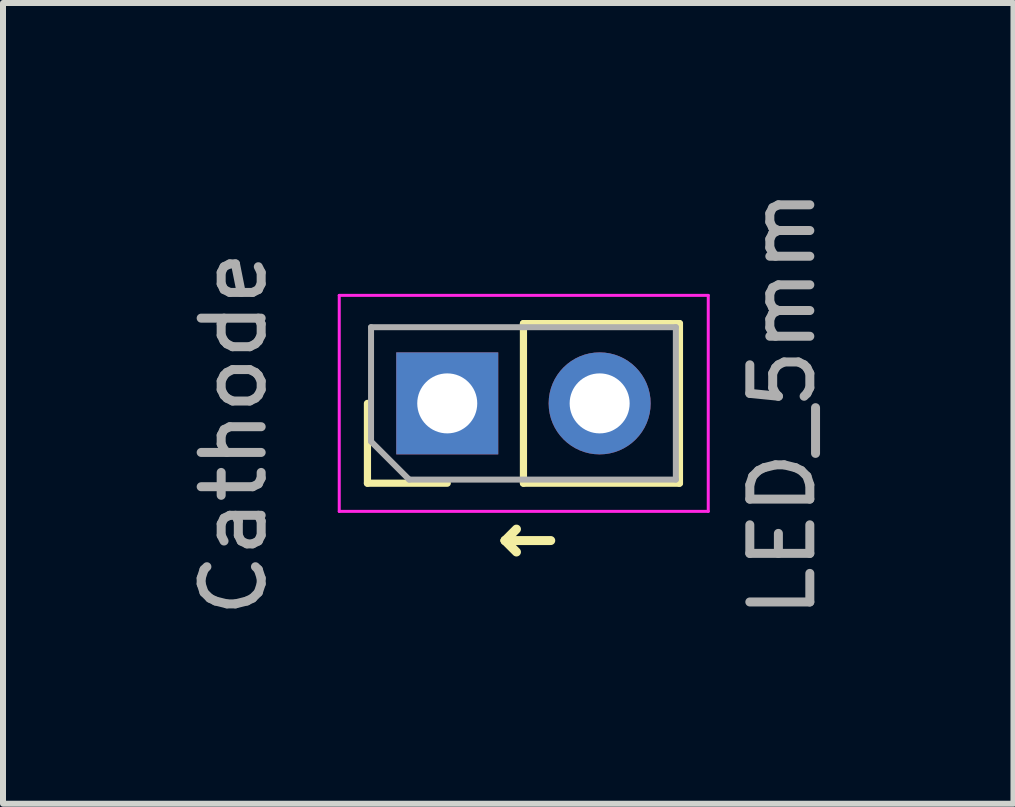
<source format=kicad_pcb>
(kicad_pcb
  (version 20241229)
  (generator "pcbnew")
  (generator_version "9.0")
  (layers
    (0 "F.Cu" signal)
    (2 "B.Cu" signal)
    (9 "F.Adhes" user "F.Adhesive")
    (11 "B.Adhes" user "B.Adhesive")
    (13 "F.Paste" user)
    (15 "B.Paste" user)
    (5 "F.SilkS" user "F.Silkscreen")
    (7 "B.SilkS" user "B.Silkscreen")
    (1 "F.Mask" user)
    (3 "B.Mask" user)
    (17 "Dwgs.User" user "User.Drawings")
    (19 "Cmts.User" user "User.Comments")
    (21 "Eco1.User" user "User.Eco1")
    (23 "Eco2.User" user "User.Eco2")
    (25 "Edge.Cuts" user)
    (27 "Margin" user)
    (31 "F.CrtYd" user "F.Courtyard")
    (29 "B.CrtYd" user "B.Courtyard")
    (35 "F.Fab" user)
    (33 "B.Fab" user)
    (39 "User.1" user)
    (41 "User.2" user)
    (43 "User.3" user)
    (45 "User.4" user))
  (footprint "LED_5mm"
    (layer "F.Cu")
    (at 5.674 3.673)
    (property "Reference" "LED_5mm" (at 4.318 0 90) (layer "F.Fab") (effects (font (size 1 1) (thickness 0.15))))
    (attr through_hole)
    (fp_line (start -2.6 1.33) (end -2.6 0) (stroke (width 0.12) (type solid)) (layer "F.SilkS"))
    (fp_line (start -1.27 1.33) (end -2.6 1.33) (stroke (width 0.12) (type solid)) (layer "F.SilkS"))
    (fp_line (start 0 -1.33) (end 2.6 -1.33) (stroke (width 0.12) (type solid)) (layer "F.SilkS"))
    (fp_line (start 0 1.33) (end 0 -1.33) (stroke (width 0.12) (type solid)) (layer "F.SilkS"))
    (fp_line (start 0 1.33) (end 2.6 1.33) (stroke (width 0.12) (type solid)) (layer "F.SilkS"))
    (fp_line (start 2.6 1.33) (end 2.6 -1.33) (stroke (width 0.12) (type solid)) (layer "F.SilkS"))
    (fp_line (start -3.07 -1.8) (end -3.07 1.8) (stroke (width 0.05) (type solid)) (layer "F.CrtYd"))
    (fp_line (start -3.07 1.8) (end 3.08 1.8) (stroke (width 0.05) (type solid)) (layer "F.CrtYd"))
    (fp_line (start 3.08 -1.8) (end -3.07 -1.8) (stroke (width 0.05) (type solid)) (layer "F.CrtYd"))
    (fp_line (start 3.08 1.8) (end 3.08 -1.8) (stroke (width 0.05) (type solid)) (layer "F.CrtYd"))
    (fp_line (start -2.54 -1.27) (end 2.54 -1.27) (stroke (width 0.1) (type solid)) (layer "F.Fab"))
    (fp_line (start -2.54 0.635) (end -2.54 -1.27) (stroke (width 0.1) (type solid)) (layer "F.Fab"))
    (fp_line (start -1.905 1.27) (end -2.54 0.635) (stroke (width 0.1) (type solid)) (layer "F.Fab"))
    (fp_line (start 2.54 -1.27) (end 2.54 1.27) (stroke (width 0.1) (type solid)) (layer "F.Fab"))
    (fp_line (start 2.54 1.27) (end -1.905 1.27) (stroke (width 0.1) (type solid)) (layer "F.Fab"))
    (fp_text user "↑" (at 0 2.286 90) (layer "F.SilkS") (effects (font (size 1 1) (thickness 0.15))))
    (fp_text user "Cathode" (at -4.826 0.508 90) (layer "F.Fab") (effects (font (size 1 1) (thickness 0.15))))
    (pad "1" thru_hole rect (at -1.27 0 90) (size 1.7 1.7) (drill 1) (layers "*.Cu" "*.Mask"))
    (pad "2" thru_hole oval (at 1.27 0 90) (size 1.7 1.7) (drill 1) (layers "*.Cu" "*.Mask")))
  (gr_rect
    (start -3 -3)
    (end 13.841 10.345)
    (stroke (width 0.1) (type default))
    (fill no)
    (layer "Edge.Cuts")))
</source>
